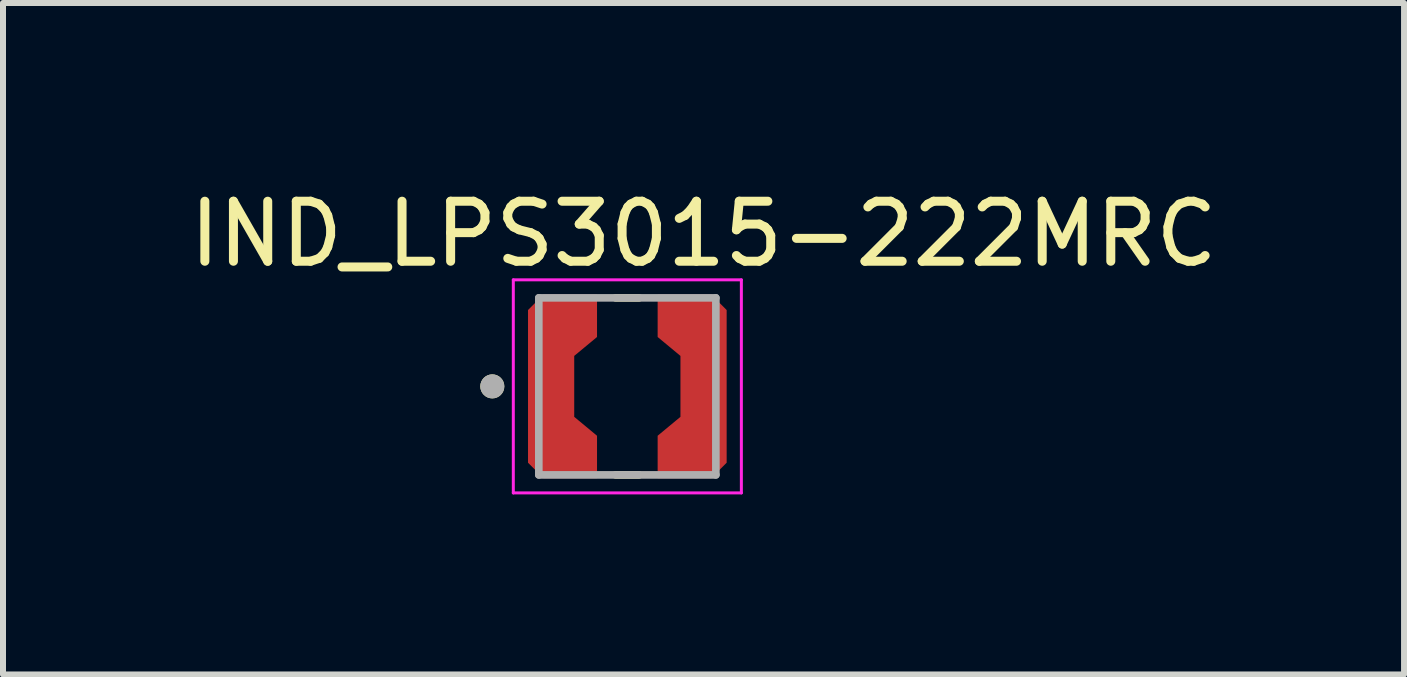
<source format=kicad_pcb>
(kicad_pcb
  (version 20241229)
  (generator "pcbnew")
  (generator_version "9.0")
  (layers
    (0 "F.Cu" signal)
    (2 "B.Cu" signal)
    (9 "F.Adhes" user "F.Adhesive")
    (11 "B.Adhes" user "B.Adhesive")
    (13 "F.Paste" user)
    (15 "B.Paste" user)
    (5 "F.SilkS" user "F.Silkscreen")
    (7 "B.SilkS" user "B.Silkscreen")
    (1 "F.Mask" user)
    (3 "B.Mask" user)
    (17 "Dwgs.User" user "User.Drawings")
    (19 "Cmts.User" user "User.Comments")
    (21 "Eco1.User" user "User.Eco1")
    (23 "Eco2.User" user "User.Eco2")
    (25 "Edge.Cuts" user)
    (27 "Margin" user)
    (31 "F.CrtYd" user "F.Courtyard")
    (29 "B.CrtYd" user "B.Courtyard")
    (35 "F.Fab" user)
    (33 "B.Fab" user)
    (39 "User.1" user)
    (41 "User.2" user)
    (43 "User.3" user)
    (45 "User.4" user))
  (footprint "IND_LPS3015-222MRC"
    (layer "F.Cu")
    (at 7.403 3.388)
    (property "Reference" "IND_LPS3015-222MRC" (at 1.27 -2.54 0) (layer "F.SilkS") (effects (font (size 1 1) (thickness 0.15))))
    (attr smd)
    (fp_poly (pts (xy -1.75 -1.311) (xy -1.75 1.311) (xy -1.436 1.625) (xy -0.41 1.625) (xy -0.41 0.778) (xy -0.79 0.463) (xy -0.79 -0.463) (xy -0.41 -0.778) (xy -0.41 -1.625) (xy -1.436 -1.625)) (stroke (width 0.01) (type solid)) (fill yes) (layer "F.Mask"))
    (fp_poly (pts (xy 1.75 1.311) (xy 1.75 -1.311) (xy 1.436 -1.625) (xy 0.41 -1.625) (xy 0.41 -0.778) (xy 0.79 -0.463) (xy 0.79 0.463) (xy 0.41 0.778) (xy 0.41 1.625) (xy 1.436 1.625)) (stroke (width 0.01) (type solid)) (fill yes) (layer "F.Mask"))
    (fp_line (start -0.195 -1.475) (end 0.195 -1.475) (stroke (width 0.127) (type solid)) (layer "F.SilkS"))
    (fp_line (start 0.195 1.475) (end -0.195 1.475) (stroke (width 0.127) (type solid)) (layer "F.SilkS"))
    (fp_circle (center -2.25 0) (end -2.15 0) (stroke (width 0.2) (type solid)) (fill no) (layer "F.SilkS"))
    (fp_poly (pts (xy -1.395 1.525) (xy -1.65 1.27) (xy -1.65 -1.27) (xy -1.395 -1.525) (xy -0.51 -1.525) (xy -0.51 -0.825) (xy -0.89 -0.51) (xy -0.89 0.51) (xy -0.51 0.825) (xy -0.51 1.525)) (stroke (width 0.01) (type solid)) (fill yes) (layer "F.Paste"))
    (fp_poly (pts (xy 1.395 -1.525) (xy 1.65 -1.27) (xy 1.65 1.27) (xy 1.395 1.525) (xy 0.51 1.525) (xy 0.51 0.825) (xy 0.89 0.51) (xy 0.89 -0.51) (xy 0.51 -0.825) (xy 0.51 -1.525)) (stroke (width 0.01) (type solid)) (fill yes) (layer "F.Paste"))
    (fp_line (start -1.9 -1.775) (end 1.9 -1.775) (stroke (width 0.05) (type solid)) (layer "F.CrtYd"))
    (fp_line (start -1.9 1.775) (end -1.9 -1.775) (stroke (width 0.05) (type solid)) (layer "F.CrtYd"))
    (fp_line (start 1.9 -1.775) (end 1.9 1.775) (stroke (width 0.05) (type solid)) (layer "F.CrtYd"))
    (fp_line (start 1.9 1.775) (end -1.9 1.775) (stroke (width 0.05) (type solid)) (layer "F.CrtYd"))
    (fp_line (start -1.475 -1.475) (end 1.475 -1.475) (stroke (width 0.127) (type solid)) (layer "F.Fab"))
    (fp_line (start -1.475 1.475) (end -1.475 -1.475) (stroke (width 0.127) (type solid)) (layer "F.Fab"))
    (fp_line (start 1.475 -1.475) (end 1.475 1.475) (stroke (width 0.127) (type solid)) (layer "F.Fab"))
    (fp_line (start 1.475 1.475) (end -1.475 1.475) (stroke (width 0.127) (type solid)) (layer "F.Fab"))
    (fp_circle (center -2.25 0) (end -2.15 0) (stroke (width 0.2) (type solid)) (fill no) (layer "F.Fab"))
    (pad "1" smd custom (at -1.27 0) (size 0.5 2) (layers "F.Cu") (options (anchor rect)) (primitives (gr_poly (pts (xy -0.125 1.525) (xy -0.38 1.27) (xy -0.38 -1.27) (xy -0.125 -1.525) (xy 0.76 -1.525) (xy 0.76 -0.825) (xy 0.38 -0.51) (xy 0.38 0.51) (xy 0.76 0.825) (xy 0.76 1.525)) (width 0.01) (fill yes))))
    (pad "2" smd custom (at 1.27 0) (size 0.5 2) (layers "F.Cu") (options (anchor rect)) (primitives (gr_poly (pts (xy 0.125 -1.525) (xy 0.38 -1.27) (xy 0.38 1.27) (xy 0.125 1.525) (xy -0.76 1.525) (xy -0.76 0.825) (xy -0.38 0.51) (xy -0.38 -0.51) (xy -0.76 -0.825) (xy -0.76 -1.525)) (width 0.01) (fill yes)))))
  (gr_rect
    (start -3 -3)
    (end 20.345 8.188)
    (stroke (width 0.1) (type default))
    (fill no)
    (layer "Edge.Cuts")))
</source>
